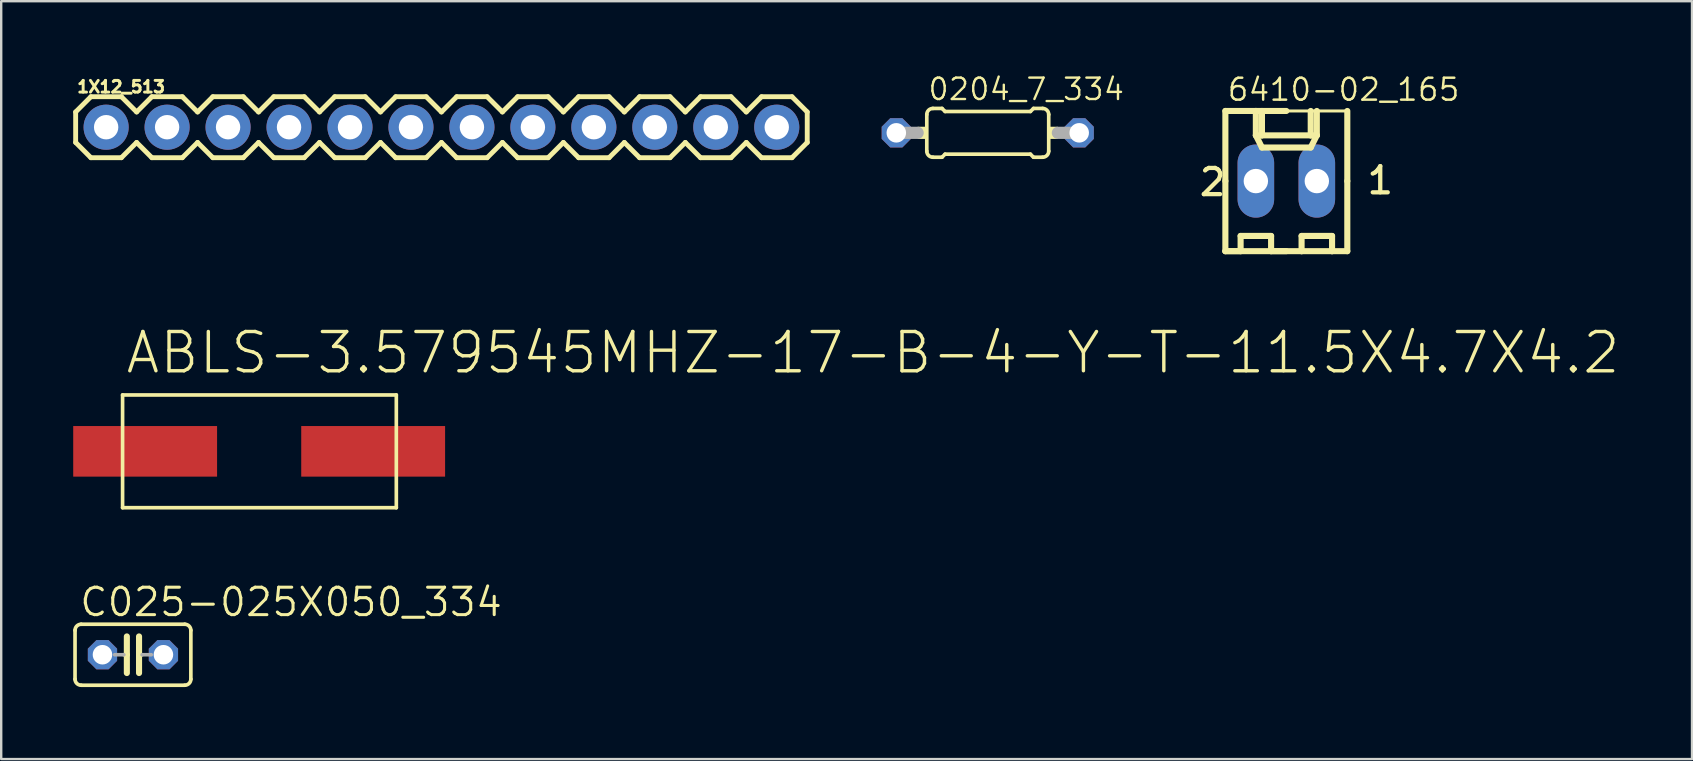
<source format=kicad_pcb>
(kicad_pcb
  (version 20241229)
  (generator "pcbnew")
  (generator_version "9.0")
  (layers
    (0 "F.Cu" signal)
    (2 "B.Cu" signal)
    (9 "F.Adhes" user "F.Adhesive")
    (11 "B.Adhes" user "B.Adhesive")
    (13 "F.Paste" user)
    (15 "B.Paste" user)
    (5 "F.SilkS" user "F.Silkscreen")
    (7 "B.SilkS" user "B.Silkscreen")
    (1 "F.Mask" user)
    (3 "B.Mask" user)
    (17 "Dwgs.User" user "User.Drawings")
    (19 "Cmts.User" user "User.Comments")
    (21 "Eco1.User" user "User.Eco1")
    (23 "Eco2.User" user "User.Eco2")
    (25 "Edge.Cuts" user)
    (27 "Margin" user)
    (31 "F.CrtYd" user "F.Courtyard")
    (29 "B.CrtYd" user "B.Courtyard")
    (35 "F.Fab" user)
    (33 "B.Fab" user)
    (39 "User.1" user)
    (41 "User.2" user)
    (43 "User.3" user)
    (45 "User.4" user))
  (footprint "ABLS-3.579545MHZ-17-B-4-Y-T-11.5X4.7X4.2"
    (layer "F.Cu")
    (at 7.747 15.754)
    (property "Reference" "ABLS-3.579545MHZ-17-B-4-Y-T-11.5X4.7X4.2" (at -5.639 -3.15 0) (layer "F.SilkS") (effects (font (size 1.636 1.636) (thickness 0.142)) (justify left bottom)))
    (fp_line (start -5.69 -2.349) (end -5.69 2.349) (stroke (width 0.152) (type solid)) (layer "F.SilkS"))
    (fp_line (start -5.69 2.349) (end 5.715 2.349) (stroke (width 0.152) (type solid)) (layer "F.SilkS"))
    (fp_line (start 5.715 -2.349) (end -5.69 -2.349) (stroke (width 0.152) (type solid)) (layer "F.SilkS"))
    (fp_line (start 5.715 2.349) (end 5.715 -2.349) (stroke (width 0.152) (type solid)) (layer "F.SilkS"))
    (pad "P$1" smd rect (at -4.75 0) (size 5.994 2.108) (layers "F.Cu" "F.Mask" "F.Paste"))
    (pad "P$2" smd rect (at 4.75 0) (size 5.994 2.108) (layers "F.Cu" "F.Mask" "F.Paste")))
  (footprint "0204_7_334"
    (layer "F.Cu")
    (at 38.103 2.484)
    (property "Reference" "0204_7_334" (at -2.54 -1.295 0) (layer "F.SilkS") (effects (font (size 0.892 0.892) (thickness 0.099)) (justify left bottom)))
    (fp_line (start -2.54 0.762) (end -2.54 -0.762) (stroke (width 0.152) (type solid)) (layer "F.SilkS"))
    (fp_line (start -2.286 -1.016) (end -1.905 -1.016) (stroke (width 0.152) (type solid)) (layer "F.SilkS"))
    (fp_line (start -2.286 1.016) (end -1.905 1.016) (stroke (width 0.152) (type solid)) (layer "F.SilkS"))
    (fp_line (start -1.778 -0.889) (end -1.905 -1.016) (stroke (width 0.152) (type solid)) (layer "F.SilkS"))
    (fp_line (start -1.778 0.889) (end -1.905 1.016) (stroke (width 0.152) (type solid)) (layer "F.SilkS"))
    (fp_line (start 1.778 -0.889) (end -1.778 -0.889) (stroke (width 0.152) (type solid)) (layer "F.SilkS"))
    (fp_line (start 1.778 -0.889) (end 1.905 -1.016) (stroke (width 0.152) (type solid)) (layer "F.SilkS"))
    (fp_line (start 1.778 0.889) (end -1.778 0.889) (stroke (width 0.152) (type solid)) (layer "F.SilkS"))
    (fp_line (start 1.778 0.889) (end 1.905 1.016) (stroke (width 0.152) (type solid)) (layer "F.SilkS"))
    (fp_line (start 2.286 -1.016) (end 1.905 -1.016) (stroke (width 0.152) (type solid)) (layer "F.SilkS"))
    (fp_line (start 2.286 1.016) (end 1.905 1.016) (stroke (width 0.152) (type solid)) (layer "F.SilkS"))
    (fp_line (start 2.54 0.762) (end 2.54 -0.762) (stroke (width 0.152) (type solid)) (layer "F.SilkS"))
    (fp_arc (start -2.54 -0.762) (mid -2.465605 -0.941605) (end -2.286 -1.016) (stroke (width 0.1524) (type solid)) (layer "F.SilkS"))
    (fp_arc (start -2.286 1.016) (mid -2.465605 0.941605) (end -2.54 0.762) (stroke (width 0.1524) (type solid)) (layer "F.SilkS"))
    (fp_arc (start 2.286 -1.016) (mid 2.465605 -0.941605) (end 2.54 -0.762) (stroke (width 0.1524) (type solid)) (layer "F.SilkS"))
    (fp_arc (start 2.54 0.762) (mid 2.465605 0.941605) (end 2.286 1.016) (stroke (width 0.1524) (type solid)) (layer "F.SilkS"))
    (fp_poly (pts (xy -2.921 0.254) (xy -2.54 0.254) (xy -2.54 -0.254) (xy -2.921 -0.254)) (stroke (width 0) (type default)) (fill yes) (layer "F.SilkS"))
    (fp_poly (pts (xy 2.54 0.254) (xy 2.921 0.254) (xy 2.921 -0.254) (xy 2.54 -0.254)) (stroke (width 0) (type default)) (fill yes) (layer "F.SilkS"))
    (fp_line (start -3.81 0) (end -2.921 0) (stroke (width 0.508) (type solid)) (layer "F.Fab"))
    (fp_line (start 3.81 0) (end 2.921 0) (stroke (width 0.508) (type solid)) (layer "F.Fab"))
    (pad "1" thru_hole roundrect (at -3.81 0) (size 1.219 1.219) (drill 0.813) (layers "*.Cu" "*.Mask") (roundrect_rratio 0.25) (chamfer_ratio 0.293) (chamfer top_left top_right bottom_left bottom_right))
    (pad "2" thru_hole roundrect (at 3.81 0) (size 1.219 1.219) (drill 0.813) (layers "*.Cu" "*.Mask") (roundrect_rratio 0.25) (chamfer_ratio 0.293) (chamfer top_left top_right bottom_left bottom_right)))
  (footprint "1X12_513"
    (layer "F.Cu")
    (at 1.372 2.25)
    (property "Reference" "1X12_513" (at -1.27 -1.397 0) (layer "F.SilkS") (effects (font (size 0.488 0.488) (thickness 0.122)) (justify left bottom)))
    (fp_line (start -1.27 -0.635) (end -1.27 0.635) (stroke (width 0.203) (type solid)) (layer "F.SilkS"))
    (fp_line (start -1.27 0.635) (end -0.635 1.27) (stroke (width 0.203) (type solid)) (layer "F.SilkS"))
    (fp_line (start -0.635 -1.27) (end -1.27 -0.635) (stroke (width 0.203) (type solid)) (layer "F.SilkS"))
    (fp_line (start -0.635 -1.27) (end 0.635 -1.27) (stroke (width 0.203) (type solid)) (layer "F.SilkS"))
    (fp_line (start 0.635 -1.27) (end 1.27 -0.635) (stroke (width 0.203) (type solid)) (layer "F.SilkS"))
    (fp_line (start 0.635 1.27) (end -0.635 1.27) (stroke (width 0.203) (type solid)) (layer "F.SilkS"))
    (fp_line (start 1.27 -0.635) (end 1.905 -1.27) (stroke (width 0.203) (type solid)) (layer "F.SilkS"))
    (fp_line (start 1.27 0.635) (end 0.635 1.27) (stroke (width 0.203) (type solid)) (layer "F.SilkS"))
    (fp_line (start 1.905 -1.27) (end 3.175 -1.27) (stroke (width 0.203) (type solid)) (layer "F.SilkS"))
    (fp_line (start 1.905 1.27) (end 1.27 0.635) (stroke (width 0.203) (type solid)) (layer "F.SilkS"))
    (fp_line (start 3.175 -1.27) (end 3.81 -0.635) (stroke (width 0.203) (type solid)) (layer "F.SilkS"))
    (fp_line (start 3.175 1.27) (end 1.905 1.27) (stroke (width 0.203) (type solid)) (layer "F.SilkS"))
    (fp_line (start 3.81 -0.635) (end 4.445 -1.27) (stroke (width 0.203) (type solid)) (layer "F.SilkS"))
    (fp_line (start 3.81 0.635) (end 3.175 1.27) (stroke (width 0.203) (type solid)) (layer "F.SilkS"))
    (fp_line (start 4.445 -1.27) (end 5.715 -1.27) (stroke (width 0.203) (type solid)) (layer "F.SilkS"))
    (fp_line (start 4.445 1.27) (end 3.81 0.635) (stroke (width 0.203) (type solid)) (layer "F.SilkS"))
    (fp_line (start 5.715 -1.27) (end 6.35 -0.635) (stroke (width 0.203) (type solid)) (layer "F.SilkS"))
    (fp_line (start 5.715 1.27) (end 4.445 1.27) (stroke (width 0.203) (type solid)) (layer "F.SilkS"))
    (fp_line (start 6.35 0.635) (end 5.715 1.27) (stroke (width 0.203) (type solid)) (layer "F.SilkS"))
    (fp_line (start 6.35 0.635) (end 6.985 1.27) (stroke (width 0.203) (type solid)) (layer "F.SilkS"))
    (fp_line (start 6.985 -1.27) (end 6.35 -0.635) (stroke (width 0.203) (type solid)) (layer "F.SilkS"))
    (fp_line (start 6.985 -1.27) (end 8.255 -1.27) (stroke (width 0.203) (type solid)) (layer "F.SilkS"))
    (fp_line (start 8.255 -1.27) (end 8.89 -0.635) (stroke (width 0.203) (type solid)) (layer "F.SilkS"))
    (fp_line (start 8.255 1.27) (end 6.985 1.27) (stroke (width 0.203) (type solid)) (layer "F.SilkS"))
    (fp_line (start 8.89 -0.635) (end 9.525 -1.27) (stroke (width 0.203) (type solid)) (layer "F.SilkS"))
    (fp_line (start 8.89 0.635) (end 8.255 1.27) (stroke (width 0.203) (type solid)) (layer "F.SilkS"))
    (fp_line (start 9.525 -1.27) (end 10.795 -1.27) (stroke (width 0.203) (type solid)) (layer "F.SilkS"))
    (fp_line (start 9.525 1.27) (end 8.89 0.635) (stroke (width 0.203) (type solid)) (layer "F.SilkS"))
    (fp_line (start 10.795 -1.27) (end 11.43 -0.635) (stroke (width 0.203) (type solid)) (layer "F.SilkS"))
    (fp_line (start 10.795 1.27) (end 9.525 1.27) (stroke (width 0.203) (type solid)) (layer "F.SilkS"))
    (fp_line (start 11.43 -0.635) (end 12.065 -1.27) (stroke (width 0.203) (type solid)) (layer "F.SilkS"))
    (fp_line (start 11.43 0.635) (end 10.795 1.27) (stroke (width 0.203) (type solid)) (layer "F.SilkS"))
    (fp_line (start 12.065 -1.27) (end 13.335 -1.27) (stroke (width 0.203) (type solid)) (layer "F.SilkS"))
    (fp_line (start 12.065 1.27) (end 11.43 0.635) (stroke (width 0.203) (type solid)) (layer "F.SilkS"))
    (fp_line (start 13.335 -1.27) (end 13.97 -0.635) (stroke (width 0.203) (type solid)) (layer "F.SilkS"))
    (fp_line (start 13.335 1.27) (end 12.065 1.27) (stroke (width 0.203) (type solid)) (layer "F.SilkS"))
    (fp_line (start 13.97 0.635) (end 13.335 1.27) (stroke (width 0.203) (type solid)) (layer "F.SilkS"))
    (fp_line (start 13.97 0.635) (end 14.605 1.27) (stroke (width 0.203) (type solid)) (layer "F.SilkS"))
    (fp_line (start 14.605 -1.27) (end 13.97 -0.635) (stroke (width 0.203) (type solid)) (layer "F.SilkS"))
    (fp_line (start 14.605 -1.27) (end 15.875 -1.27) (stroke (width 0.203) (type solid)) (layer "F.SilkS"))
    (fp_line (start 15.875 -1.27) (end 16.51 -0.635) (stroke (width 0.203) (type solid)) (layer "F.SilkS"))
    (fp_line (start 15.875 1.27) (end 14.605 1.27) (stroke (width 0.203) (type solid)) (layer "F.SilkS"))
    (fp_line (start 16.51 0.635) (end 15.875 1.27) (stroke (width 0.203) (type solid)) (layer "F.SilkS"))
    (fp_line (start 16.51 0.635) (end 17.145 1.27) (stroke (width 0.203) (type solid)) (layer "F.SilkS"))
    (fp_line (start 17.145 -1.27) (end 16.51 -0.635) (stroke (width 0.203) (type solid)) (layer "F.SilkS"))
    (fp_line (start 17.145 -1.27) (end 18.415 -1.27) (stroke (width 0.203) (type solid)) (layer "F.SilkS"))
    (fp_line (start 18.415 -1.27) (end 19.05 -0.635) (stroke (width 0.203) (type solid)) (layer "F.SilkS"))
    (fp_line (start 18.415 1.27) (end 17.145 1.27) (stroke (width 0.203) (type solid)) (layer "F.SilkS"))
    (fp_line (start 19.05 0.635) (end 18.415 1.27) (stroke (width 0.203) (type solid)) (layer "F.SilkS"))
    (fp_line (start 19.05 0.635) (end 19.685 1.27) (stroke (width 0.203) (type solid)) (layer "F.SilkS"))
    (fp_line (start 19.685 -1.27) (end 19.05 -0.635) (stroke (width 0.203) (type solid)) (layer "F.SilkS"))
    (fp_line (start 19.685 -1.27) (end 20.955 -1.27) (stroke (width 0.203) (type solid)) (layer "F.SilkS"))
    (fp_line (start 20.955 -1.27) (end 21.59 -0.635) (stroke (width 0.203) (type solid)) (layer "F.SilkS"))
    (fp_line (start 20.955 1.27) (end 19.685 1.27) (stroke (width 0.203) (type solid)) (layer "F.SilkS"))
    (fp_line (start 21.59 0.635) (end 20.955 1.27) (stroke (width 0.203) (type solid)) (layer "F.SilkS"))
    (fp_line (start 21.59 0.635) (end 22.225 1.27) (stroke (width 0.203) (type solid)) (layer "F.SilkS"))
    (fp_line (start 22.225 -1.27) (end 21.59 -0.635) (stroke (width 0.203) (type solid)) (layer "F.SilkS"))
    (fp_line (start 22.225 -1.27) (end 23.495 -1.27) (stroke (width 0.203) (type solid)) (layer "F.SilkS"))
    (fp_line (start 23.495 -1.27) (end 24.13 -0.635) (stroke (width 0.203) (type solid)) (layer "F.SilkS"))
    (fp_line (start 23.495 1.27) (end 22.225 1.27) (stroke (width 0.203) (type solid)) (layer "F.SilkS"))
    (fp_line (start 24.13 0.635) (end 23.495 1.27) (stroke (width 0.203) (type solid)) (layer "F.SilkS"))
    (fp_line (start 24.13 0.635) (end 24.765 1.27) (stroke (width 0.203) (type solid)) (layer "F.SilkS"))
    (fp_line (start 24.765 -1.27) (end 24.13 -0.635) (stroke (width 0.203) (type solid)) (layer "F.SilkS"))
    (fp_line (start 24.765 -1.27) (end 26.035 -1.27) (stroke (width 0.203) (type solid)) (layer "F.SilkS"))
    (fp_line (start 26.035 -1.27) (end 26.67 -0.635) (stroke (width 0.203) (type solid)) (layer "F.SilkS"))
    (fp_line (start 26.035 1.27) (end 24.765 1.27) (stroke (width 0.203) (type solid)) (layer "F.SilkS"))
    (fp_line (start 26.67 0.635) (end 26.035 1.27) (stroke (width 0.203) (type solid)) (layer "F.SilkS"))
    (fp_line (start 26.67 0.635) (end 27.305 1.27) (stroke (width 0.203) (type solid)) (layer "F.SilkS"))
    (fp_line (start 27.305 -1.27) (end 26.67 -0.635) (stroke (width 0.203) (type solid)) (layer "F.SilkS"))
    (fp_line (start 27.305 -1.27) (end 28.575 -1.27) (stroke (width 0.203) (type solid)) (layer "F.SilkS"))
    (fp_line (start 28.575 -1.27) (end 29.21 -0.635) (stroke (width 0.203) (type solid)) (layer "F.SilkS"))
    (fp_line (start 28.575 1.27) (end 27.305 1.27) (stroke (width 0.203) (type solid)) (layer "F.SilkS"))
    (fp_line (start 29.21 -0.635) (end 29.21 0.635) (stroke (width 0.203) (type solid)) (layer "F.SilkS"))
    (fp_line (start 29.21 0.635) (end 28.575 1.27) (stroke (width 0.203) (type solid)) (layer "F.SilkS"))
    (fp_poly (pts (xy -0.254 0.254) (xy 0.254 0.254) (xy 0.254 -0.254) (xy -0.254 -0.254)) (stroke (width 0.1) (type default)) (fill no) (layer "F.Fab"))
    (fp_poly (pts (xy 2.286 0.254) (xy 2.794 0.254) (xy 2.794 -0.254) (xy 2.286 -0.254)) (stroke (width 0.1) (type default)) (fill no) (layer "F.Fab"))
    (fp_poly (pts (xy 4.826 0.254) (xy 5.334 0.254) (xy 5.334 -0.254) (xy 4.826 -0.254)) (stroke (width 0.1) (type default)) (fill no) (layer "F.Fab"))
    (fp_poly (pts (xy 7.366 0.254) (xy 7.874 0.254) (xy 7.874 -0.254) (xy 7.366 -0.254)) (stroke (width 0.1) (type default)) (fill no) (layer "F.Fab"))
    (fp_poly (pts (xy 9.906 0.254) (xy 10.414 0.254) (xy 10.414 -0.254) (xy 9.906 -0.254)) (stroke (width 0.1) (type default)) (fill no) (layer "F.Fab"))
    (fp_poly (pts (xy 12.446 0.254) (xy 12.954 0.254) (xy 12.954 -0.254) (xy 12.446 -0.254)) (stroke (width 0.1) (type default)) (fill no) (layer "F.Fab"))
    (fp_poly (pts (xy 14.986 0.254) (xy 15.494 0.254) (xy 15.494 -0.254) (xy 14.986 -0.254)) (stroke (width 0.1) (type default)) (fill no) (layer "F.Fab"))
    (fp_poly (pts (xy 17.526 0.254) (xy 18.034 0.254) (xy 18.034 -0.254) (xy 17.526 -0.254)) (stroke (width 0.1) (type default)) (fill no) (layer "F.Fab"))
    (fp_poly (pts (xy 20.066 0.254) (xy 20.574 0.254) (xy 20.574 -0.254) (xy 20.066 -0.254)) (stroke (width 0.1) (type default)) (fill no) (layer "F.Fab"))
    (fp_poly (pts (xy 22.606 0.254) (xy 23.114 0.254) (xy 23.114 -0.254) (xy 22.606 -0.254)) (stroke (width 0.1) (type default)) (fill no) (layer "F.Fab"))
    (fp_poly (pts (xy 25.146 0.254) (xy 25.654 0.254) (xy 25.654 -0.254) (xy 25.146 -0.254)) (stroke (width 0.1) (type default)) (fill no) (layer "F.Fab"))
    (fp_poly (pts (xy 27.686 0.254) (xy 28.194 0.254) (xy 28.194 -0.254) (xy 27.686 -0.254)) (stroke (width 0.1) (type default)) (fill no) (layer "F.Fab"))
    (pad "1" thru_hole circle (at 0 0 90) (size 1.88 1.88) (drill 1.016) (layers "*.Cu" "*.Mask"))
    (pad "2" thru_hole circle (at 2.54 0 90) (size 1.88 1.88) (drill 1.016) (layers "*.Cu" "*.Mask"))
    (pad "3" thru_hole circle (at 5.08 0 90) (size 1.88 1.88) (drill 1.016) (layers "*.Cu" "*.Mask"))
    (pad "4" thru_hole circle (at 7.62 0 90) (size 1.88 1.88) (drill 1.016) (layers "*.Cu" "*.Mask"))
    (pad "5" thru_hole circle (at 10.16 0 90) (size 1.88 1.88) (drill 1.016) (layers "*.Cu" "*.Mask"))
    (pad "6" thru_hole circle (at 12.7 0 90) (size 1.88 1.88) (drill 1.016) (layers "*.Cu" "*.Mask"))
    (pad "7" thru_hole circle (at 15.24 0 90) (size 1.88 1.88) (drill 1.016) (layers "*.Cu" "*.Mask"))
    (pad "8" thru_hole circle (at 17.78 0 90) (size 1.88 1.88) (drill 1.016) (layers "*.Cu" "*.Mask"))
    (pad "9" thru_hole circle (at 20.32 0 90) (size 1.88 1.88) (drill 1.016) (layers "*.Cu" "*.Mask"))
    (pad "10" thru_hole circle (at 22.86 0 90) (size 1.88 1.88) (drill 1.016) (layers "*.Cu" "*.Mask"))
    (pad "11" thru_hole circle (at 25.4 0 90) (size 1.88 1.88) (drill 1.016) (layers "*.Cu" "*.Mask"))
    (pad "12" thru_hole circle (at 27.94 0 90) (size 1.88 1.88) (drill 1.016) (layers "*.Cu" "*.Mask")))
  (footprint "C025-025X050_334"
    (layer "F.Cu")
    (at 2.489 24.228)
    (property "Reference" "C025-025X050_334" (at -2.286 -1.524 0) (layer "F.SilkS") (effects (font (size 1.143 1.143) (thickness 0.127)) (justify left bottom)))
    (fp_line (start -2.413 -1.016) (end -2.413 1.016) (stroke (width 0.152) (type solid)) (layer "F.SilkS"))
    (fp_line (start -2.159 -1.27) (end 2.159 -1.27) (stroke (width 0.152) (type solid)) (layer "F.SilkS"))
    (fp_line (start -0.254 -0.762) (end -0.254 0) (stroke (width 0.254) (type solid)) (layer "F.SilkS"))
    (fp_line (start -0.254 0) (end -0.381 0) (stroke (width 0.152) (type solid)) (layer "F.SilkS"))
    (fp_line (start -0.254 0) (end -0.254 0.762) (stroke (width 0.254) (type solid)) (layer "F.SilkS"))
    (fp_line (start 0.254 0) (end 0.254 -0.762) (stroke (width 0.254) (type solid)) (layer "F.SilkS"))
    (fp_line (start 0.254 0) (end 0.254 0.762) (stroke (width 0.254) (type solid)) (layer "F.SilkS"))
    (fp_line (start 0.381 0) (end 0.254 0) (stroke (width 0.152) (type solid)) (layer "F.SilkS"))
    (fp_line (start 2.159 1.27) (end -2.159 1.27) (stroke (width 0.152) (type solid)) (layer "F.SilkS"))
    (fp_line (start 2.413 -1.016) (end 2.413 1.016) (stroke (width 0.152) (type solid)) (layer "F.SilkS"))
    (fp_arc (start -2.413 -1.016) (mid -2.338605 -1.195605) (end -2.159 -1.27) (stroke (width 0.1524) (type solid)) (layer "F.SilkS"))
    (fp_arc (start -2.159 1.27) (mid -2.338605 1.195605) (end -2.413 1.016) (stroke (width 0.1524) (type solid)) (layer "F.SilkS"))
    (fp_arc (start 2.159 -1.27) (mid 2.338605 -1.195605) (end 2.413 -1.016) (stroke (width 0.1524) (type solid)) (layer "F.SilkS"))
    (fp_arc (start 2.413 1.016) (mid 2.338605 1.195605) (end 2.159 1.27) (stroke (width 0.1524) (type solid)) (layer "F.SilkS"))
    (fp_line (start -0.381 0) (end -0.762 0) (stroke (width 0.152) (type solid)) (layer "F.Fab"))
    (fp_line (start 0.762 0) (end 0.381 0) (stroke (width 0.152) (type solid)) (layer "F.Fab"))
    (pad "1" thru_hole roundrect (at -1.27 0) (size 1.219 1.219) (drill 0.813) (layers "*.Cu" "*.Mask") (roundrect_rratio 0.25) (chamfer_ratio 0.293) (chamfer top_left top_right bottom_left bottom_right))
    (pad "2" thru_hole roundrect (at 1.27 0) (size 1.219 1.219) (drill 0.813) (layers "*.Cu" "*.Mask") (roundrect_rratio 0.25) (chamfer_ratio 0.293) (chamfer top_left top_right bottom_left bottom_right)))
  (footprint "6410-02_165"
    (layer "F.Cu")
    (at 50.543 4.494)
    (property "Reference" "6410-02_165" (at -2.513 -3.275 0) (layer "F.SilkS") (effects (font (size 0.914 0.914) (thickness 0.102)) (justify left bottom)))
    (fp_line (start -2.54 -2.921) (end -1.27 -2.921) (stroke (width 0.254) (type solid)) (layer "F.SilkS"))
    (fp_line (start -2.54 0) (end -2.54 -2.921) (stroke (width 0.254) (type solid)) (layer "F.SilkS"))
    (fp_line (start -2.54 0) (end -2.54 2.921) (stroke (width 0.254) (type solid)) (layer "F.SilkS"))
    (fp_line (start -2.54 2.921) (end -1.905 2.921) (stroke (width 0.254) (type solid)) (layer "F.SilkS"))
    (fp_line (start -2.54 2.921) (end 0 2.921) (stroke (width 0.254) (type solid)) (layer "F.SilkS"))
    (fp_line (start -2.286 2.921) (end -1.905 2.921) (stroke (width 0.127) (type solid)) (layer "F.SilkS"))
    (fp_line (start -1.905 2.286) (end -0.635 2.286) (stroke (width 0.254) (type solid)) (layer "F.SilkS"))
    (fp_line (start -1.905 2.921) (end -1.905 2.286) (stroke (width 0.254) (type solid)) (layer "F.SilkS"))
    (fp_line (start -1.27 -2.921) (end 0 -2.921) (stroke (width 0.254) (type solid)) (layer "F.SilkS"))
    (fp_line (start -1.27 -2.54) (end -1.27 -2.921) (stroke (width 0.127) (type solid)) (layer "F.SilkS"))
    (fp_line (start -1.27 -1.905) (end -1.27 -2.921) (stroke (width 0.254) (type solid)) (layer "F.SilkS"))
    (fp_line (start -1.27 -1.905) (end -1.016 -1.905) (stroke (width 0.254) (type solid)) (layer "F.SilkS"))
    (fp_line (start -1.27 -1.905) (end -1.016 -1.397) (stroke (width 0.254) (type solid)) (layer "F.SilkS"))
    (fp_line (start -1.016 -2.921) (end -1.27 -2.921) (stroke (width 0.127) (type solid)) (layer "F.SilkS"))
    (fp_line (start -1.016 -2.921) (end -1.016 -1.905) (stroke (width 0.254) (type solid)) (layer "F.SilkS"))
    (fp_line (start -1.016 -1.905) (end 1.016 -1.905) (stroke (width 0.254) (type solid)) (layer "F.SilkS"))
    (fp_line (start -1.016 -1.397) (end 1.016 -1.397) (stroke (width 0.254) (type solid)) (layer "F.SilkS"))
    (fp_line (start -0.635 2.286) (end -0.635 2.921) (stroke (width 0.254) (type solid)) (layer "F.SilkS"))
    (fp_line (start -0.635 2.921) (end 0.635 2.921) (stroke (width 0.254) (type solid)) (layer "F.SilkS"))
    (fp_line (start 0.635 2.286) (end 1.905 2.286) (stroke (width 0.254) (type solid)) (layer "F.SilkS"))
    (fp_line (start 0.635 2.921) (end 0 2.921) (stroke (width 0.127) (type solid)) (layer "F.SilkS"))
    (fp_line (start 0.635 2.921) (end 0.635 2.286) (stroke (width 0.254) (type solid)) (layer "F.SilkS"))
    (fp_line (start 1.016 -2.921) (end 1.016 -1.905) (stroke (width 0.254) (type solid)) (layer "F.SilkS"))
    (fp_line (start 1.016 -1.905) (end 1.27 -1.905) (stroke (width 0.254) (type solid)) (layer "F.SilkS"))
    (fp_line (start 1.016 -1.397) (end 1.27 -1.905) (stroke (width 0.254) (type solid)) (layer "F.SilkS"))
    (fp_line (start 1.27 -1.905) (end 1.27 -2.921) (stroke (width 0.254) (type solid)) (layer "F.SilkS"))
    (fp_line (start 1.905 2.286) (end 1.905 2.921) (stroke (width 0.254) (type solid)) (layer "F.SilkS"))
    (fp_line (start 1.905 2.921) (end 0.635 2.921) (stroke (width 0.254) (type solid)) (layer "F.SilkS"))
    (fp_line (start 1.905 2.921) (end 2.54 2.921) (stroke (width 0.254) (type solid)) (layer "F.SilkS"))
    (fp_line (start 2.54 -2.921) (end 0 -2.921) (stroke (width 0.127) (type solid)) (layer "F.SilkS"))
    (fp_line (start 2.54 0) (end 2.54 -2.921) (stroke (width 0.254) (type solid)) (layer "F.SilkS"))
    (fp_line (start 2.54 0) (end 2.54 2.921) (stroke (width 0.254) (type solid)) (layer "F.SilkS"))
    (fp_line (start 2.54 2.921) (end 1.905 2.921) (stroke (width 0.127) (type solid)) (layer "F.SilkS"))
    (fp_poly (pts (xy -1.524 0.254) (xy -1.016 0.254) (xy -1.016 -0.254) (xy -1.524 -0.254)) (stroke (width 0.1) (type default)) (fill no) (layer "F.Fab"))
    (fp_poly (pts (xy 1.016 0.254) (xy 1.524 0.254) (xy 1.524 -0.254) (xy 1.016 -0.254)) (stroke (width 0.1) (type default)) (fill no) (layer "F.Fab"))
    (fp_text user "2" (at -3.71 0.687 0) (layer "F.SilkS") (effects (font (size 1.092 1.092) (thickness 0.178)) (justify left bottom)))
    (fp_text user "1" (at 3.275 0.611 0) (layer "F.SilkS") (effects (font (size 1.092 1.092) (thickness 0.178)) (justify left bottom)))
    (pad "1" thru_hole oval (at 1.27 0 90) (size 3.048 1.524) (drill 1.016) (layers "*.Cu" "*.Mask"))
    (pad "2" thru_hole oval (at -1.27 0 90) (size 3.048 1.524) (drill 1.016) (layers "*.Cu" "*.Mask")))
  (gr_rect
    (start -3 -3)
    (end 67.445 28.574)
    (stroke (width 0.1) (type default))
    (fill no)
    (layer "Edge.Cuts")))
</source>
